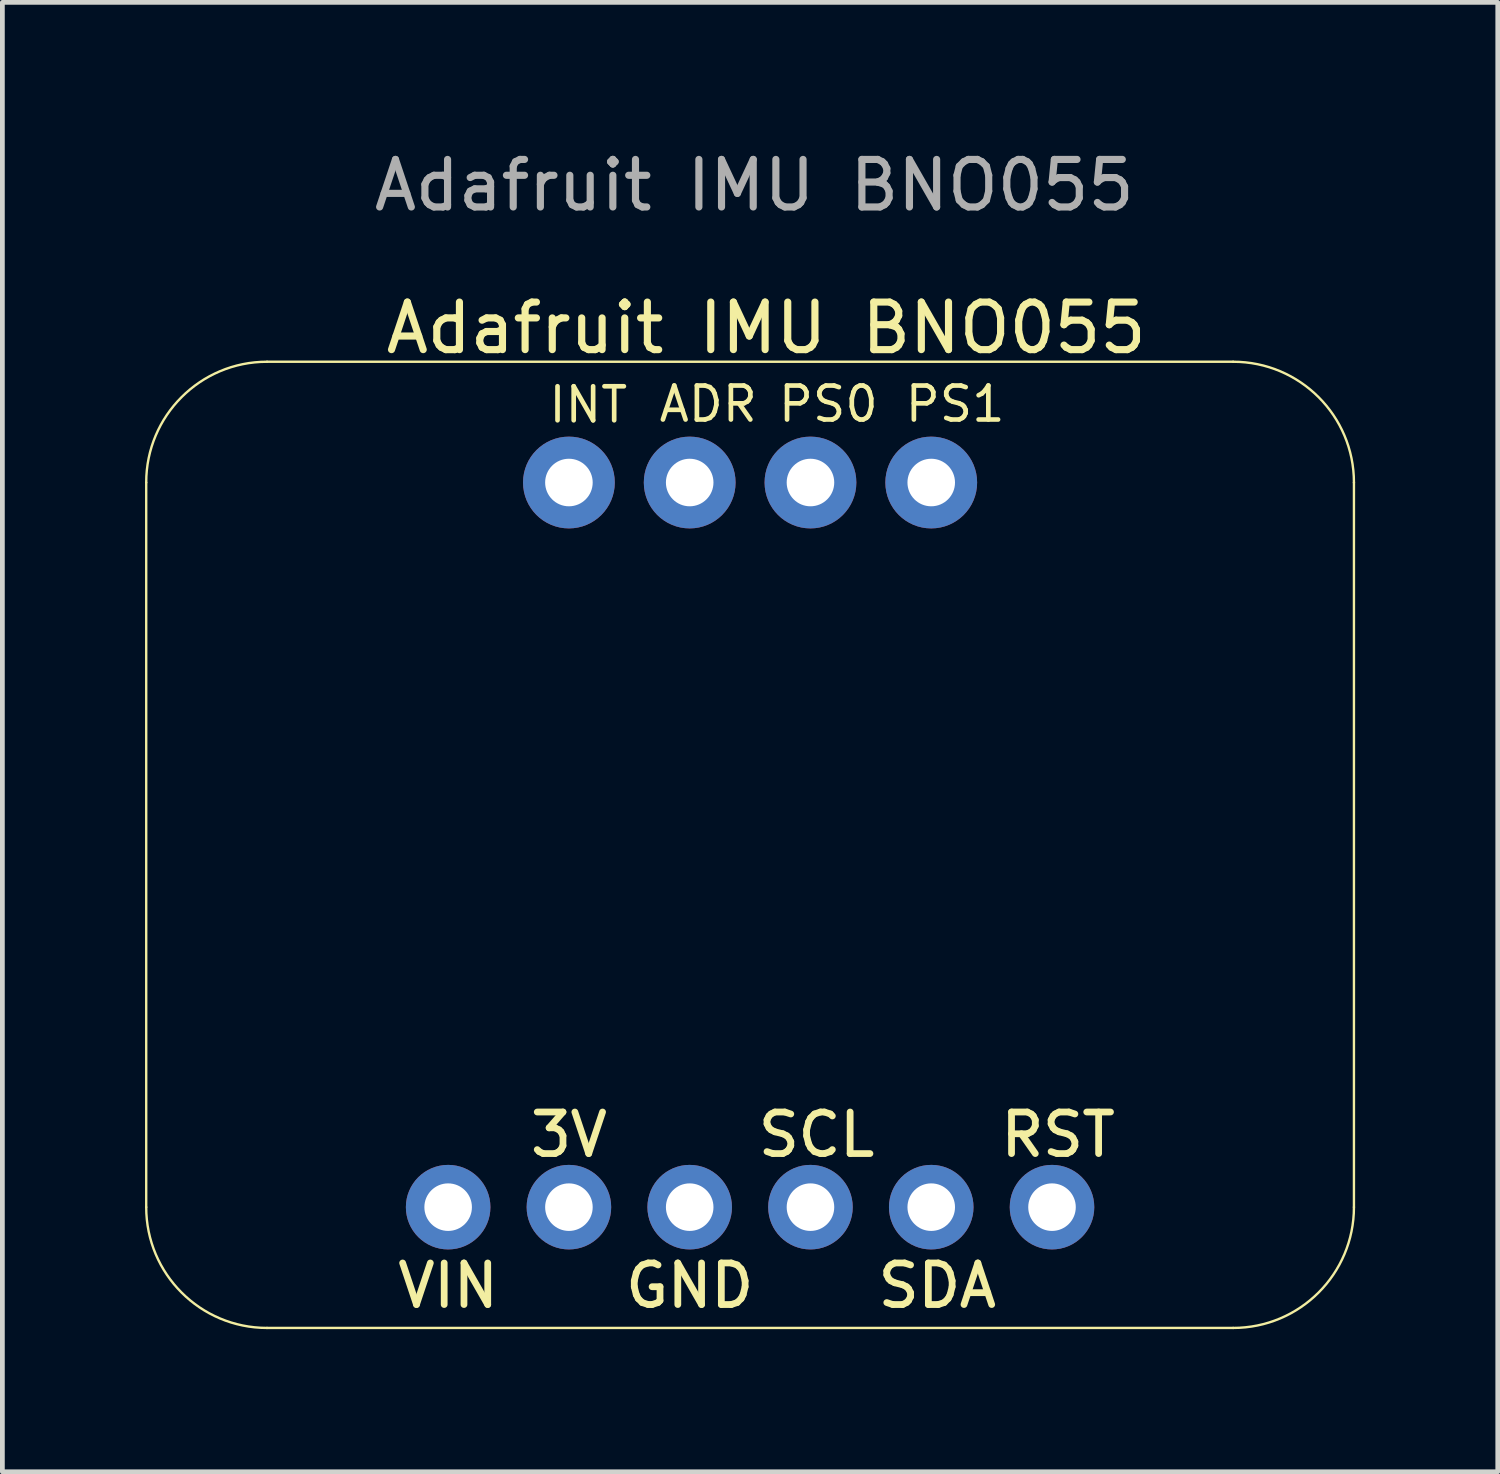
<source format=kicad_pcb>
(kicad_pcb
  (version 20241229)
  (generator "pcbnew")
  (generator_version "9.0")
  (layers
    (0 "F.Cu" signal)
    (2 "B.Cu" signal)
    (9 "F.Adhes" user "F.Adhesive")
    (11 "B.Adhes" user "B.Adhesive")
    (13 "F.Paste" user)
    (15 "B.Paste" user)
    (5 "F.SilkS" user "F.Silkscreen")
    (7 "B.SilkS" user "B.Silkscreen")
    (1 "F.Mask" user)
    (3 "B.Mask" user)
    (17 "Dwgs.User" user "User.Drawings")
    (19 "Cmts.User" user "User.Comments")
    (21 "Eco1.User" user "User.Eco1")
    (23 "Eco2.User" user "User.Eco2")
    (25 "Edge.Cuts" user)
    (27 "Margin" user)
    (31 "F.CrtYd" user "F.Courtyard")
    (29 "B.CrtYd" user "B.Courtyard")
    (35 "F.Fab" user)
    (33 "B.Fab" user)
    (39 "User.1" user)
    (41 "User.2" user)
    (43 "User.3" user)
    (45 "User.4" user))
  (footprint "Adafruit IMU BNO055"
    (layer "F.Cu")
    (at 12.725 14.718)
    (property "Reference" "Adafruit IMU BNO055" (at 0.34 -10.87 0) (unlocked yes) (layer "F.SilkS") (effects (font (size 1 1) (thickness 0.15))))
    (attr through_hole)
    (fp_line (start -12.7 -7.62) (end -12.7 7.62) (stroke (width 0.05) (type solid)) (layer "F.SilkS"))
    (fp_line (start -10.16 10.16) (end 10.16 10.16) (stroke (width 0.05) (type solid)) (layer "F.SilkS"))
    (fp_line (start 10.16 -10.16) (end -10.16 -10.16) (stroke (width 0.05) (type solid)) (layer "F.SilkS"))
    (fp_line (start 12.7 7.62) (end 12.7 -7.62) (stroke (width 0.05) (type solid)) (layer "F.SilkS"))
    (fp_arc (start -12.7 -7.62) (mid -11.956051 -9.416051) (end -10.16 -10.16) (stroke (width 0.05) (type solid)) (layer "F.SilkS"))
    (fp_arc (start -10.16 10.16) (mid -11.956051 9.416051) (end -12.7 7.62) (stroke (width 0.05) (type solid)) (layer "F.SilkS"))
    (fp_arc (start 10.16 -10.16) (mid 11.956051 -9.416051) (end 12.7 -7.62) (stroke (width 0.05) (type solid)) (layer "F.SilkS"))
    (fp_arc (start 12.7 7.62) (mid 11.956051 9.416051) (end 10.16 10.16) (stroke (width 0.05) (type solid)) (layer "F.SilkS"))
    (fp_poly (pts (xy 3.556 7.874) (xy 4.064 7.874) (xy 4.064 7.366) (xy 3.556 7.366)) (stroke (width 0.1) (type solid)) (fill no) (layer "F.Fab"))
    (fp_poly (pts (xy 6.096 7.874) (xy 6.604 7.874) (xy 6.604 7.366) (xy 6.096 7.366)) (stroke (width 0.1) (type solid)) (fill no) (layer "F.Fab"))
    (fp_poly (pts (xy 6.096 7.874) (xy 6.604 7.874) (xy 6.604 7.366) (xy 6.096 7.366)) (stroke (width 0.1) (type solid)) (fill no) (layer "F.Fab"))
    (fp_text user "VIN" (at -6.35 9.271 0) (layer "F.SilkS") (effects (font (size 0.874 0.874) (thickness 0.142))))
    (fp_text user "RST" (at 6.477 6.096 0) (layer "F.SilkS") (effects (font (size 0.874 0.874) (thickness 0.142))))
    (fp_text user "GND" (at -1.27 9.271 0) (layer "F.SilkS") (effects (font (size 0.874 0.874) (thickness 0.142))))
    (fp_text user "3V" (at -3.81 6.096 0) (layer "F.SilkS") (effects (font (size 0.874 0.874) (thickness 0.142))))
    (fp_text user "PS1" (at 4.313 -9.271 0) (layer "F.SilkS") (effects (font (size 0.715 0.715) (thickness 0.098))))
    (fp_text user "SCL" (at 1.397 6.096 0) (layer "F.SilkS") (effects (font (size 0.874 0.874) (thickness 0.142))))
    (fp_text user "ADR" (at -0.88 -9.271 0) (layer "F.SilkS") (effects (font (size 0.715 0.715) (thickness 0.098))))
    (fp_text user "SDA" (at 3.937 9.271 0) (layer "F.SilkS") (effects (font (size 0.874 0.874) (thickness 0.142))))
    (fp_text user "PS0" (at 1.646 -9.271 0) (layer "F.SilkS") (effects (font (size 0.715 0.715) (thickness 0.098))))
    (fp_text user "INT" (at -3.403 -9.255 0) (layer "F.SilkS") (effects (font (size 0.715 0.715) (thickness 0.098))))
    (fp_text user "${REFERENCE}" (at 0.09 -13.87 0) (unlocked yes) (layer "F.Fab") (effects (font (size 1 1) (thickness 0.15))))
    (pad "1" thru_hole circle (at -6.35 7.62 90) (size 1.778 1.778) (drill 1) (layers "*.Cu" "*.Mask"))
    (pad "2" thru_hole circle (at -3.81 7.62 90) (size 1.778 1.778) (drill 1) (layers "*.Cu" "*.Mask"))
    (pad "3" thru_hole circle (at -1.27 7.62 90) (size 1.778 1.778) (drill 1) (layers "*.Cu" "*.Mask"))
    (pad "4" thru_hole circle (at 1.27 7.62 90) (size 1.778 1.778) (drill 1) (layers "*.Cu" "*.Mask"))
    (pad "5" thru_hole circle (at 3.81 7.62 90) (size 1.778 1.778) (drill 1) (layers "*.Cu" "*.Mask"))
    (pad "6" thru_hole circle (at 6.35 7.62 90) (size 1.778 1.778) (drill 1) (layers "*.Cu" "*.Mask"))
    (pad "7" thru_hole circle (at -3.81 -7.62 90) (size 1.93 1.93) (drill 1) (layers "*.Cu" "*.Mask"))
    (pad "8" thru_hole circle (at -1.27 -7.62 90) (size 1.93 1.93) (drill 1) (layers "*.Cu" "*.Mask"))
    (pad "9" thru_hole circle (at 1.27 -7.62 90) (size 1.93 1.93) (drill 1) (layers "*.Cu" "*.Mask"))
    (pad "10" thru_hole circle (at 3.81 -7.62 90) (size 1.93 1.93) (drill 1) (layers "*.Cu" "*.Mask")))
  (gr_rect
    (start -3 -3)
    (end 28.45 27.903)
    (stroke (width 0.1) (type default))
    (fill no)
    (layer "Edge.Cuts")))
</source>
